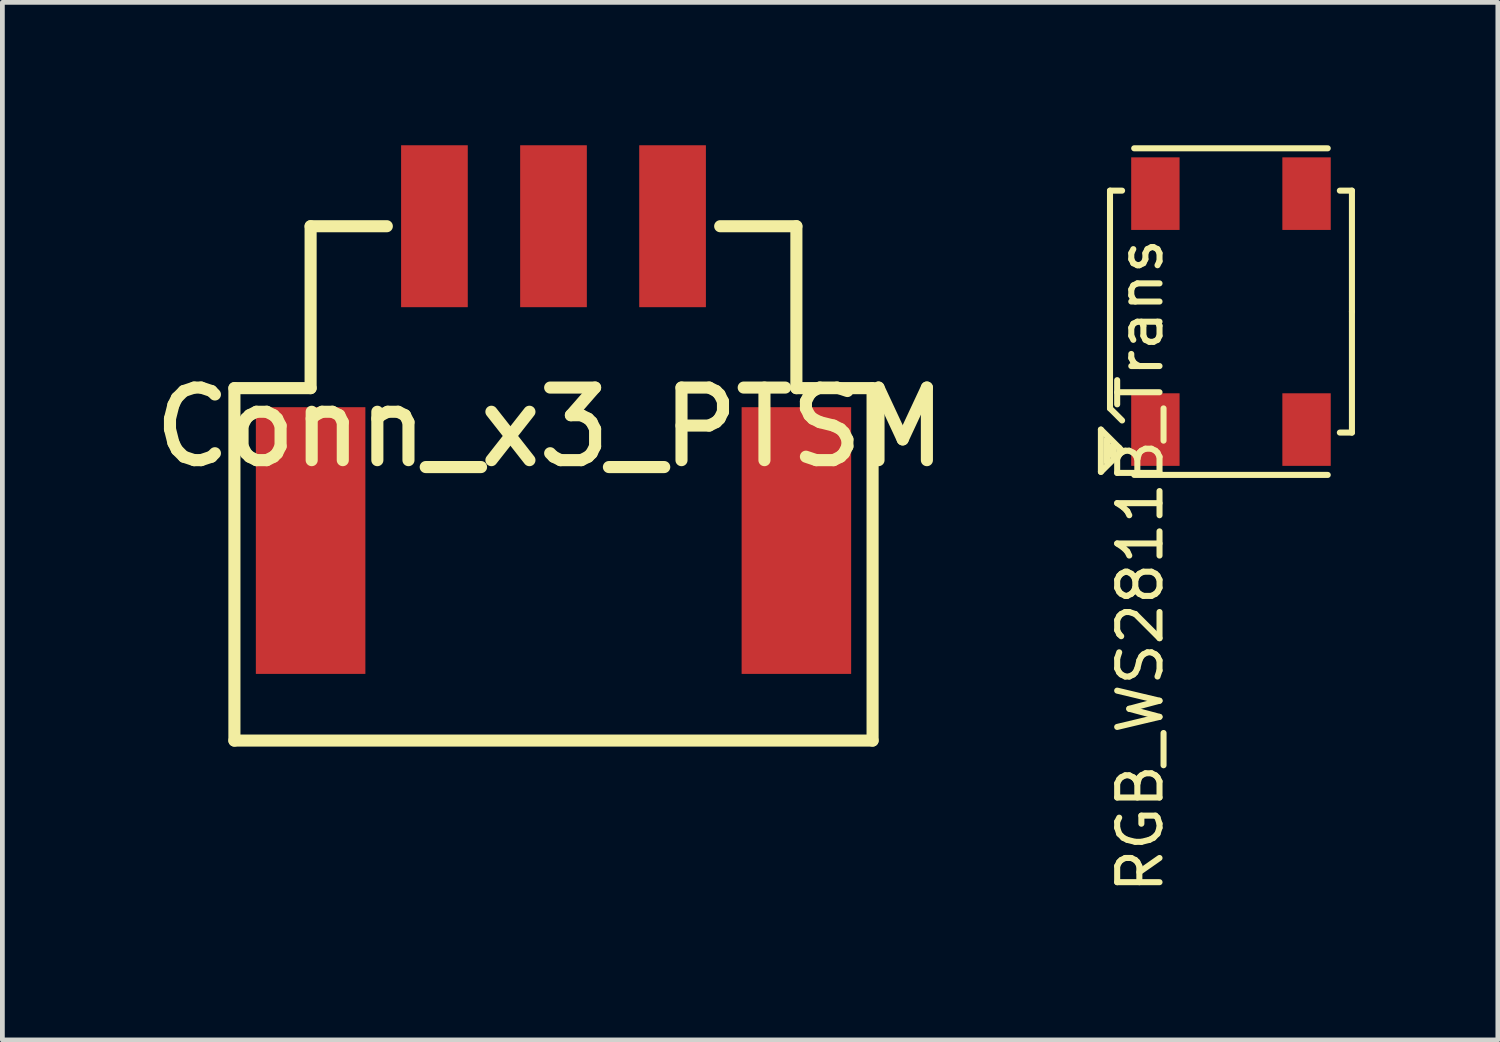
<source format=kicad_pcb>
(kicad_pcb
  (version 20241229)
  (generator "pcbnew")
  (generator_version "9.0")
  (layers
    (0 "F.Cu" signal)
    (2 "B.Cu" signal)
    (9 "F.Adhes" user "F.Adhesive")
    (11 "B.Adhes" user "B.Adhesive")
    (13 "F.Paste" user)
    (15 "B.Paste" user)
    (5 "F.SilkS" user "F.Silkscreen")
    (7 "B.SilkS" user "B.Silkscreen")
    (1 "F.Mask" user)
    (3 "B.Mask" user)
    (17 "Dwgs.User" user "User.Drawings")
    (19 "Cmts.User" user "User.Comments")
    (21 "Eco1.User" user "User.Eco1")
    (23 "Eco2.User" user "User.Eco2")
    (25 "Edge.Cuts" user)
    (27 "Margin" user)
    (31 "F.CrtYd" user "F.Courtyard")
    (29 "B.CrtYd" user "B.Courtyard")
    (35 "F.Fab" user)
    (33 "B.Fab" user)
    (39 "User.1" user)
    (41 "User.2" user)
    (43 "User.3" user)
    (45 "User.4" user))
  (footprint "RGB_WS2811B_Trans"
    (layer "F.Cu")
    (at 22.797 3.493)
    (property "Reference" "RGB_WS2811B_Trans" (at -1.905 5.334 90) (layer "F.SilkS") (effects (font (size 0.889 0.889) (thickness 0.127))))
    (attr smd)
    (fp_line (start -2.731 2.477) (end -2.286 2.921) (stroke (width 0.127) (type solid)) (layer "F.SilkS"))
    (fp_line (start -2.731 3.365) (end -2.731 2.477) (stroke (width 0.127) (type solid)) (layer "F.SilkS"))
    (fp_line (start -2.603 2.667) (end -2.603 3.175) (stroke (width 0.127) (type solid)) (layer "F.SilkS"))
    (fp_line (start -2.54 -2.54) (end -2.286 -2.54) (stroke (width 0.127) (type solid)) (layer "F.SilkS"))
    (fp_line (start -2.54 0) (end -2.54 -2.54) (stroke (width 0.127) (type solid)) (layer "F.SilkS"))
    (fp_line (start -2.54 2.032) (end -2.54 0) (stroke (width 0.127) (type solid)) (layer "F.SilkS"))
    (fp_line (start -2.54 2.032) (end -2.286 2.286) (stroke (width 0.127) (type solid)) (layer "F.SilkS"))
    (fp_line (start -2.477 2.794) (end -2.477 3.048) (stroke (width 0.127) (type solid)) (layer "F.SilkS"))
    (fp_line (start -2.349 2.857) (end -2.349 2.985) (stroke (width 0.127) (type solid)) (layer "F.SilkS"))
    (fp_line (start -2.286 2.921) (end -2.731 3.365) (stroke (width 0.127) (type solid)) (layer "F.SilkS"))
    (fp_line (start -2.032 -3.429) (end 2.032 -3.429) (stroke (width 0.127) (type solid)) (layer "F.SilkS"))
    (fp_line (start -2.032 3.429) (end 2.032 3.429) (stroke (width 0.127) (type solid)) (layer "F.SilkS"))
    (fp_line (start 2.54 -2.54) (end 2.286 -2.54) (stroke (width 0.127) (type solid)) (layer "F.SilkS"))
    (fp_line (start 2.54 -2.54) (end 2.54 0) (stroke (width 0.127) (type solid)) (layer "F.SilkS"))
    (fp_line (start 2.54 0) (end 2.54 2.54) (stroke (width 0.127) (type solid)) (layer "F.SilkS"))
    (fp_line (start 2.54 2.54) (end 2.286 2.54) (stroke (width 0.127) (type solid)) (layer "F.SilkS"))
    (pad "1" smd rect (at 1.587 -2.477) (size 1.016 1.524) (layers "F.Cu" "F.Mask" "F.Paste"))
    (pad "2" smd rect (at -1.587 -2.477) (size 1.016 1.524) (layers "F.Cu" "F.Mask" "F.Paste"))
    (pad "3" smd rect (at -1.587 2.477) (size 1.016 1.524) (layers "F.Cu" "F.Mask" "F.Paste"))
    (pad "4" smd rect (at 1.587 2.477) (size 1.016 1.524) (layers "F.Cu" "F.Mask" "F.Paste")))
  (footprint "Conn_x3_PTSM"
    (layer "F.Cu")
    (at 8.572 1.7)
    (property "Reference" "Conn_x3_PTSM" (at -0.07 4.22 0) (layer "F.SilkS") (effects (font (size 1.524 1.524) (thickness 0.254))))
    (attr through_hole)
    (fp_line (start -6.7 3.4) (end -6.7 10.8) (stroke (width 0.254) (type solid)) (layer "F.SilkS"))
    (fp_line (start -5.1 0) (end -3.5 0) (stroke (width 0.254) (type solid)) (layer "F.SilkS"))
    (fp_line (start -5.1 3.4) (end -6.7 3.4) (stroke (width 0.254) (type solid)) (layer "F.SilkS"))
    (fp_line (start -5.1 3.4) (end -5.1 0) (stroke (width 0.254) (type solid)) (layer "F.SilkS"))
    (fp_line (start 5.1 0) (end 3.5 0) (stroke (width 0.254) (type solid)) (layer "F.SilkS"))
    (fp_line (start 5.1 3.4) (end 5.1 0) (stroke (width 0.254) (type solid)) (layer "F.SilkS"))
    (fp_line (start 5.1 3.4) (end 6.7 3.4) (stroke (width 0.254) (type solid)) (layer "F.SilkS"))
    (fp_line (start 6.7 10.8) (end -6.7 10.8) (stroke (width 0.254) (type solid)) (layer "F.SilkS"))
    (fp_line (start 6.7 10.8) (end 6.7 3.4) (stroke (width 0.254) (type solid)) (layer "F.SilkS"))
    (pad "1" smd rect (at -2.5 0) (size 1.4 3.4) (layers "F.Cu" "F.Mask" "F.Paste"))
    (pad "2" smd rect (at 0 0) (size 1.4 3.4) (layers "F.Cu" "F.Mask" "F.Paste"))
    (pad "3" smd rect (at 2.5 0) (size 1.4 3.4) (layers "F.Cu" "F.Mask" "F.Paste"))
    (pad "4" smd rect (at -5.1 6.6) (size 2.3 5.6) (layers "F.Cu" "F.Mask" "F.Paste"))
    (pad "5" smd rect (at 5.1 6.6) (size 2.3 5.6) (layers "F.Cu" "F.Mask" "F.Paste")))
  (gr_rect
    (start -3 -3)
    (end 28.401 18.786)
    (stroke (width 0.1) (type default))
    (fill no)
    (layer "Edge.Cuts")))
</source>
